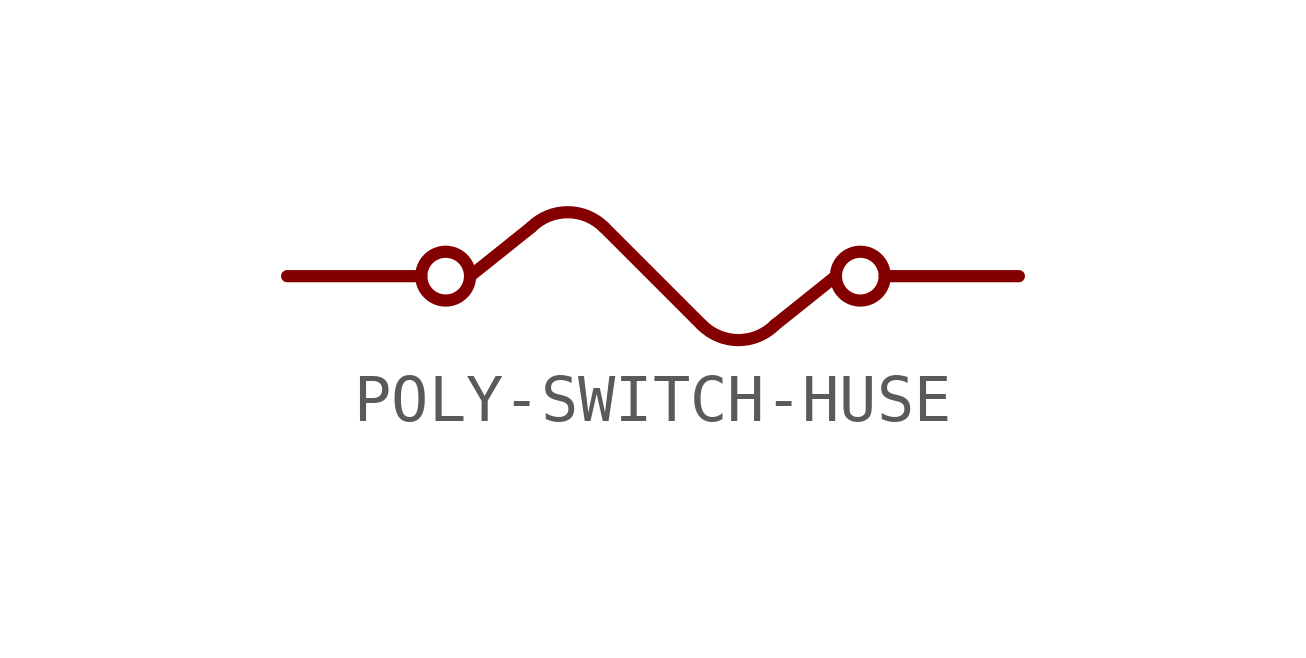
<source format=kicad_sym>
(kicad_symbol_lib
  (version 20220914)
  (generator kicad_symbol_editor)
  (symbol "POLY-SWITCH-HUSE"
    (property "Reference" ""
      (at 0 0 0)
      (effects (font (size 1.27 1.27)) hide))
    (property "ki_locked" ""
      (at 0 0 0)
      (effects (font (size 1.27 1.27))))
    (symbol "POLY-SWITCH-HUSE_1_0"
      (circle (center -4.318 0) (radius 0.508) (stroke (width 0.254) (type solid)) (fill (type none)))
      (arc (start -1.0159 1.0159) (mid -1.7779 1.3316) (end -2.54 1.016) (stroke (width 0.254) (type solid)) (fill (type none)))
      (polyline (pts (xy -4.826 0) (xy -7.62 0)) (stroke (width 0.254) (type solid)) (fill (type none)))
      (polyline (pts (xy -3.81 0) (xy -2.54 1.016)) (stroke (width 0.254) (type solid)) (fill (type none)))
      (polyline (pts (xy -1.016 1.016) (xy 1.016 -1.016)) (stroke (width 0.254) (type solid)) (fill (type none)))
      (polyline (pts (xy 2.54 -1.016) (xy 3.81 0)) (stroke (width 0.254) (type solid)) (fill (type none)))
      (polyline (pts (xy 7.62 0) (xy 4.826 0)) (stroke (width 0.254) (type solid)) (fill (type none)))
      (arc (start 1.0159 -1.0159) (mid 1.7779 -1.3316) (end 2.54 -1.016) (stroke (width 0.254) (type solid)) (fill (type none)))
      (circle (center 4.318 0) (radius 0.508) (stroke (width 0.254) (type solid)) (fill (type none)))
      (pin bidirectional line (at -7.62 0 0) (length 0) (name "P$1" (effects (font (size 0 0)))) (number "1" (effects (font (size 0 0)))))
      (pin bidirectional line (at 7.62 0 180) (length 0) (name "P$2" (effects (font (size 0 0)))) (number "2" (effects (font (size 0 0))))))))
</source>
